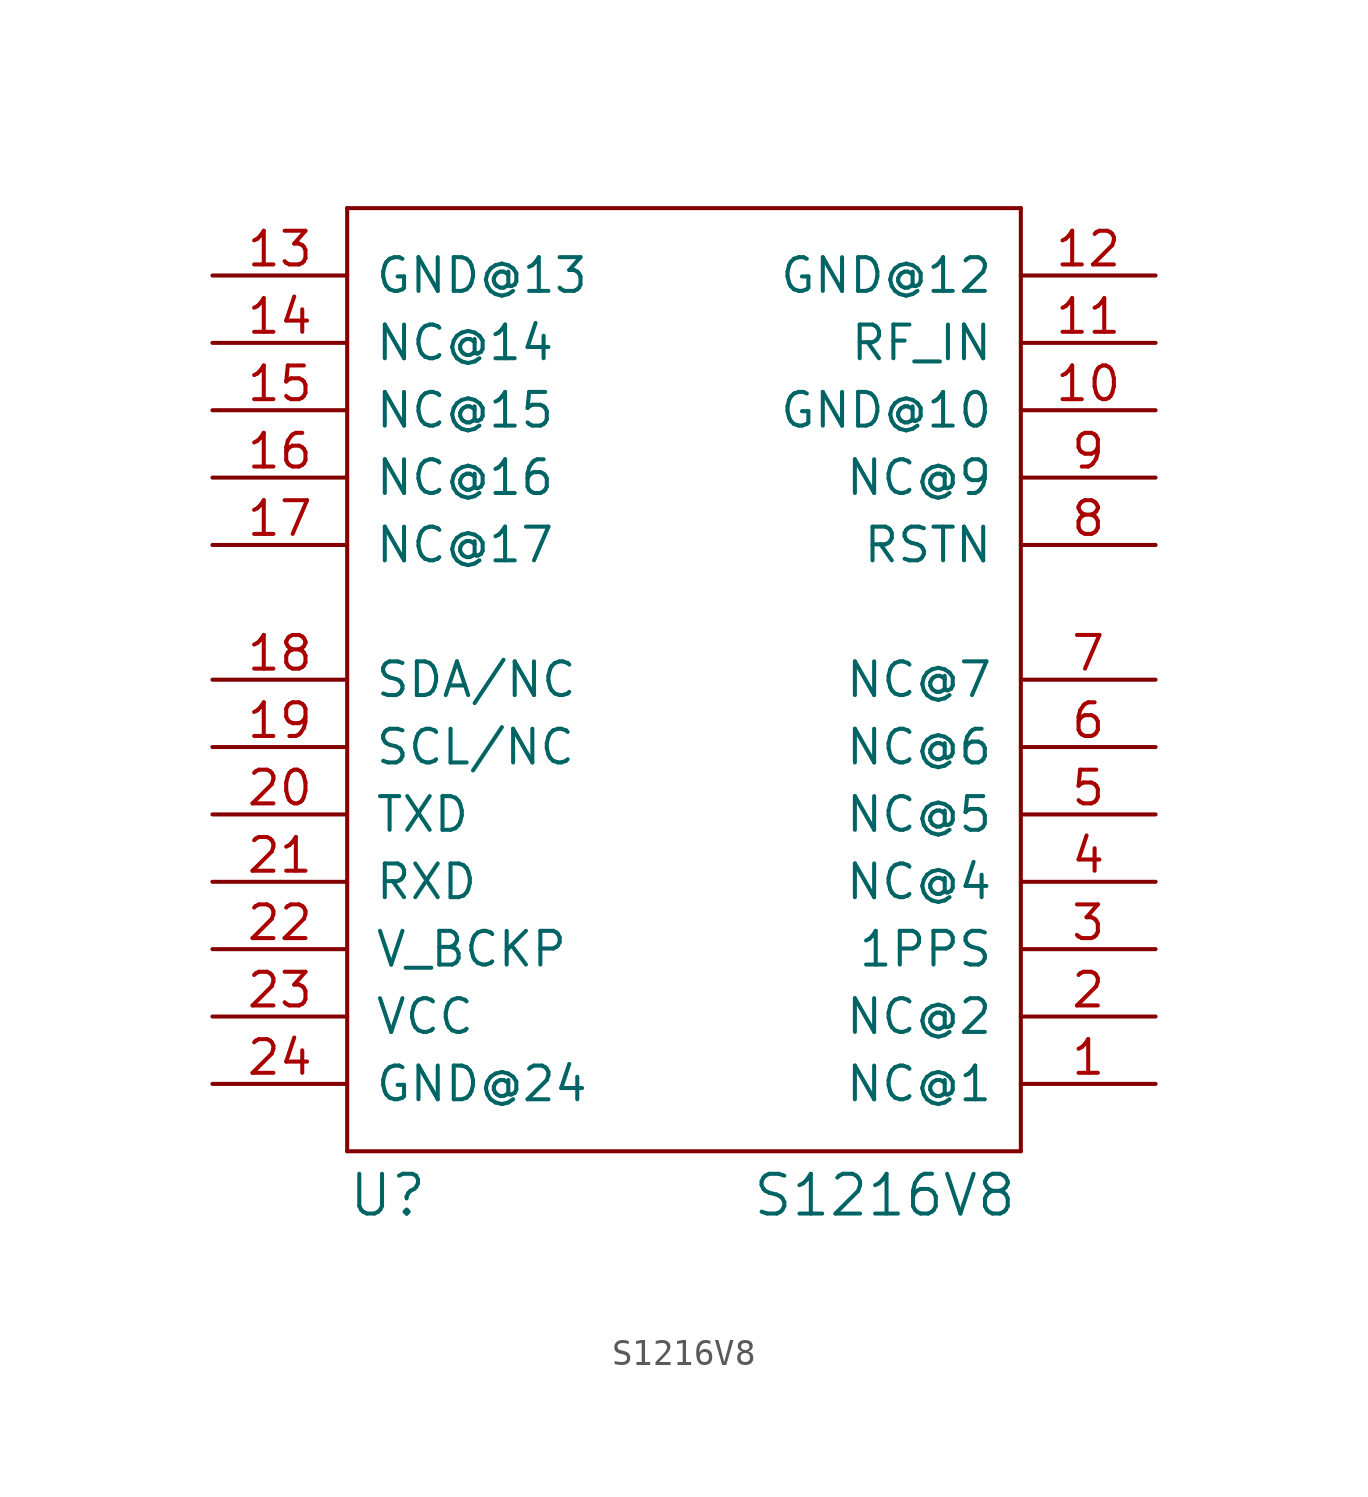
<source format=kicad_sym>
(kicad_symbol_lib
  (version 20231120)
  (generator "kicad_symbol_editor")
  (generator_version "8.0")
  (symbol "S1216V8"
    (pin_names
      (offset 1.016))
    (property "Reference" "U"
      (at -12.7 -20.32 0)
      (effects (font (size 1.499 1.499)) (justify left bottom)))
    (property "Value" "S1216V8"
      (at 2.54 -20.32 0)
      (effects (font (size 1.499 1.499)) (justify left bottom)))
    (property "ki_locked" ""
      (at 0 0 0)
      (effects (font (size 1.27 1.27))))
    (symbol "S1216V8_1_0"
      (polyline (pts (xy -12.7 -17.78) (xy 12.7 -17.78)) (stroke (width 0) (type solid)) (fill (type none)))
      (polyline (pts (xy -12.7 17.78) (xy -12.7 -17.78)) (stroke (width 0) (type solid)) (fill (type none)))
      (polyline (pts (xy 12.7 -17.78) (xy 12.7 17.78)) (stroke (width 0) (type solid)) (fill (type none)))
      (polyline (pts (xy 12.7 17.78) (xy -12.7 17.78)) (stroke (width 0) (type solid)) (fill (type none)))
      (pin bidirectional line (at 17.78 -15.24 180) (length 5.08) (name "NC@1" (effects (font (size 1.27 1.27)))) (number "1" (effects (font (size 1.27 1.27)))))
      (pin bidirectional line (at 17.78 10.16 180) (length 5.08) (name "GND@10" (effects (font (size 1.27 1.27)))) (number "10" (effects (font (size 1.27 1.27)))))
      (pin bidirectional line (at 17.78 12.7 180) (length 5.08) (name "RF_IN" (effects (font (size 1.27 1.27)))) (number "11" (effects (font (size 1.27 1.27)))))
      (pin bidirectional line (at 17.78 15.24 180) (length 5.08) (name "GND@12" (effects (font (size 1.27 1.27)))) (number "12" (effects (font (size 1.27 1.27)))))
      (pin bidirectional line (at -17.78 15.24 0) (length 5.08) (name "GND@13" (effects (font (size 1.27 1.27)))) (number "13" (effects (font (size 1.27 1.27)))))
      (pin bidirectional line (at -17.78 12.7 0) (length 5.08) (name "NC@14" (effects (font (size 1.27 1.27)))) (number "14" (effects (font (size 1.27 1.27)))))
      (pin bidirectional line (at -17.78 10.16 0) (length 5.08) (name "NC@15" (effects (font (size 1.27 1.27)))) (number "15" (effects (font (size 1.27 1.27)))))
      (pin bidirectional line (at -17.78 7.62 0) (length 5.08) (name "NC@16" (effects (font (size 1.27 1.27)))) (number "16" (effects (font (size 1.27 1.27)))))
      (pin bidirectional line (at -17.78 5.08 0) (length 5.08) (name "NC@17" (effects (font (size 1.27 1.27)))) (number "17" (effects (font (size 1.27 1.27)))))
      (pin bidirectional line (at -17.78 0 0) (length 5.08) (name "SDA/NC" (effects (font (size 1.27 1.27)))) (number "18" (effects (font (size 1.27 1.27)))))
      (pin bidirectional line (at -17.78 -2.54 0) (length 5.08) (name "SCL/NC" (effects (font (size 1.27 1.27)))) (number "19" (effects (font (size 1.27 1.27)))))
      (pin bidirectional line (at 17.78 -12.7 180) (length 5.08) (name "NC@2" (effects (font (size 1.27 1.27)))) (number "2" (effects (font (size 1.27 1.27)))))
      (pin bidirectional line (at -17.78 -5.08 0) (length 5.08) (name "TXD" (effects (font (size 1.27 1.27)))) (number "20" (effects (font (size 1.27 1.27)))))
      (pin bidirectional line (at -17.78 -7.62 0) (length 5.08) (name "RXD" (effects (font (size 1.27 1.27)))) (number "21" (effects (font (size 1.27 1.27)))))
      (pin bidirectional line (at -17.78 -10.16 0) (length 5.08) (name "V_BCKP" (effects (font (size 1.27 1.27)))) (number "22" (effects (font (size 1.27 1.27)))))
      (pin bidirectional line (at -17.78 -12.7 0) (length 5.08) (name "VCC" (effects (font (size 1.27 1.27)))) (number "23" (effects (font (size 1.27 1.27)))))
      (pin bidirectional line (at -17.78 -15.24 0) (length 5.08) (name "GND@24" (effects (font (size 1.27 1.27)))) (number "24" (effects (font (size 1.27 1.27)))))
      (pin bidirectional line (at 17.78 -10.16 180) (length 5.08) (name "1PPS" (effects (font (size 1.27 1.27)))) (number "3" (effects (font (size 1.27 1.27)))))
      (pin bidirectional line (at 17.78 -7.62 180) (length 5.08) (name "NC@4" (effects (font (size 1.27 1.27)))) (number "4" (effects (font (size 1.27 1.27)))))
      (pin bidirectional line (at 17.78 -5.08 180) (length 5.08) (name "NC@5" (effects (font (size 1.27 1.27)))) (number "5" (effects (font (size 1.27 1.27)))))
      (pin bidirectional line (at 17.78 -2.54 180) (length 5.08) (name "NC@6" (effects (font (size 1.27 1.27)))) (number "6" (effects (font (size 1.27 1.27)))))
      (pin bidirectional line (at 17.78 0 180) (length 5.08) (name "NC@7" (effects (font (size 1.27 1.27)))) (number "7" (effects (font (size 1.27 1.27)))))
      (pin bidirectional line (at 17.78 5.08 180) (length 5.08) (name "RSTN" (effects (font (size 1.27 1.27)))) (number "8" (effects (font (size 1.27 1.27)))))
      (pin bidirectional line (at 17.78 7.62 180) (length 5.08) (name "NC@9" (effects (font (size 1.27 1.27)))) (number "9" (effects (font (size 1.27 1.27))))))))
</source>
